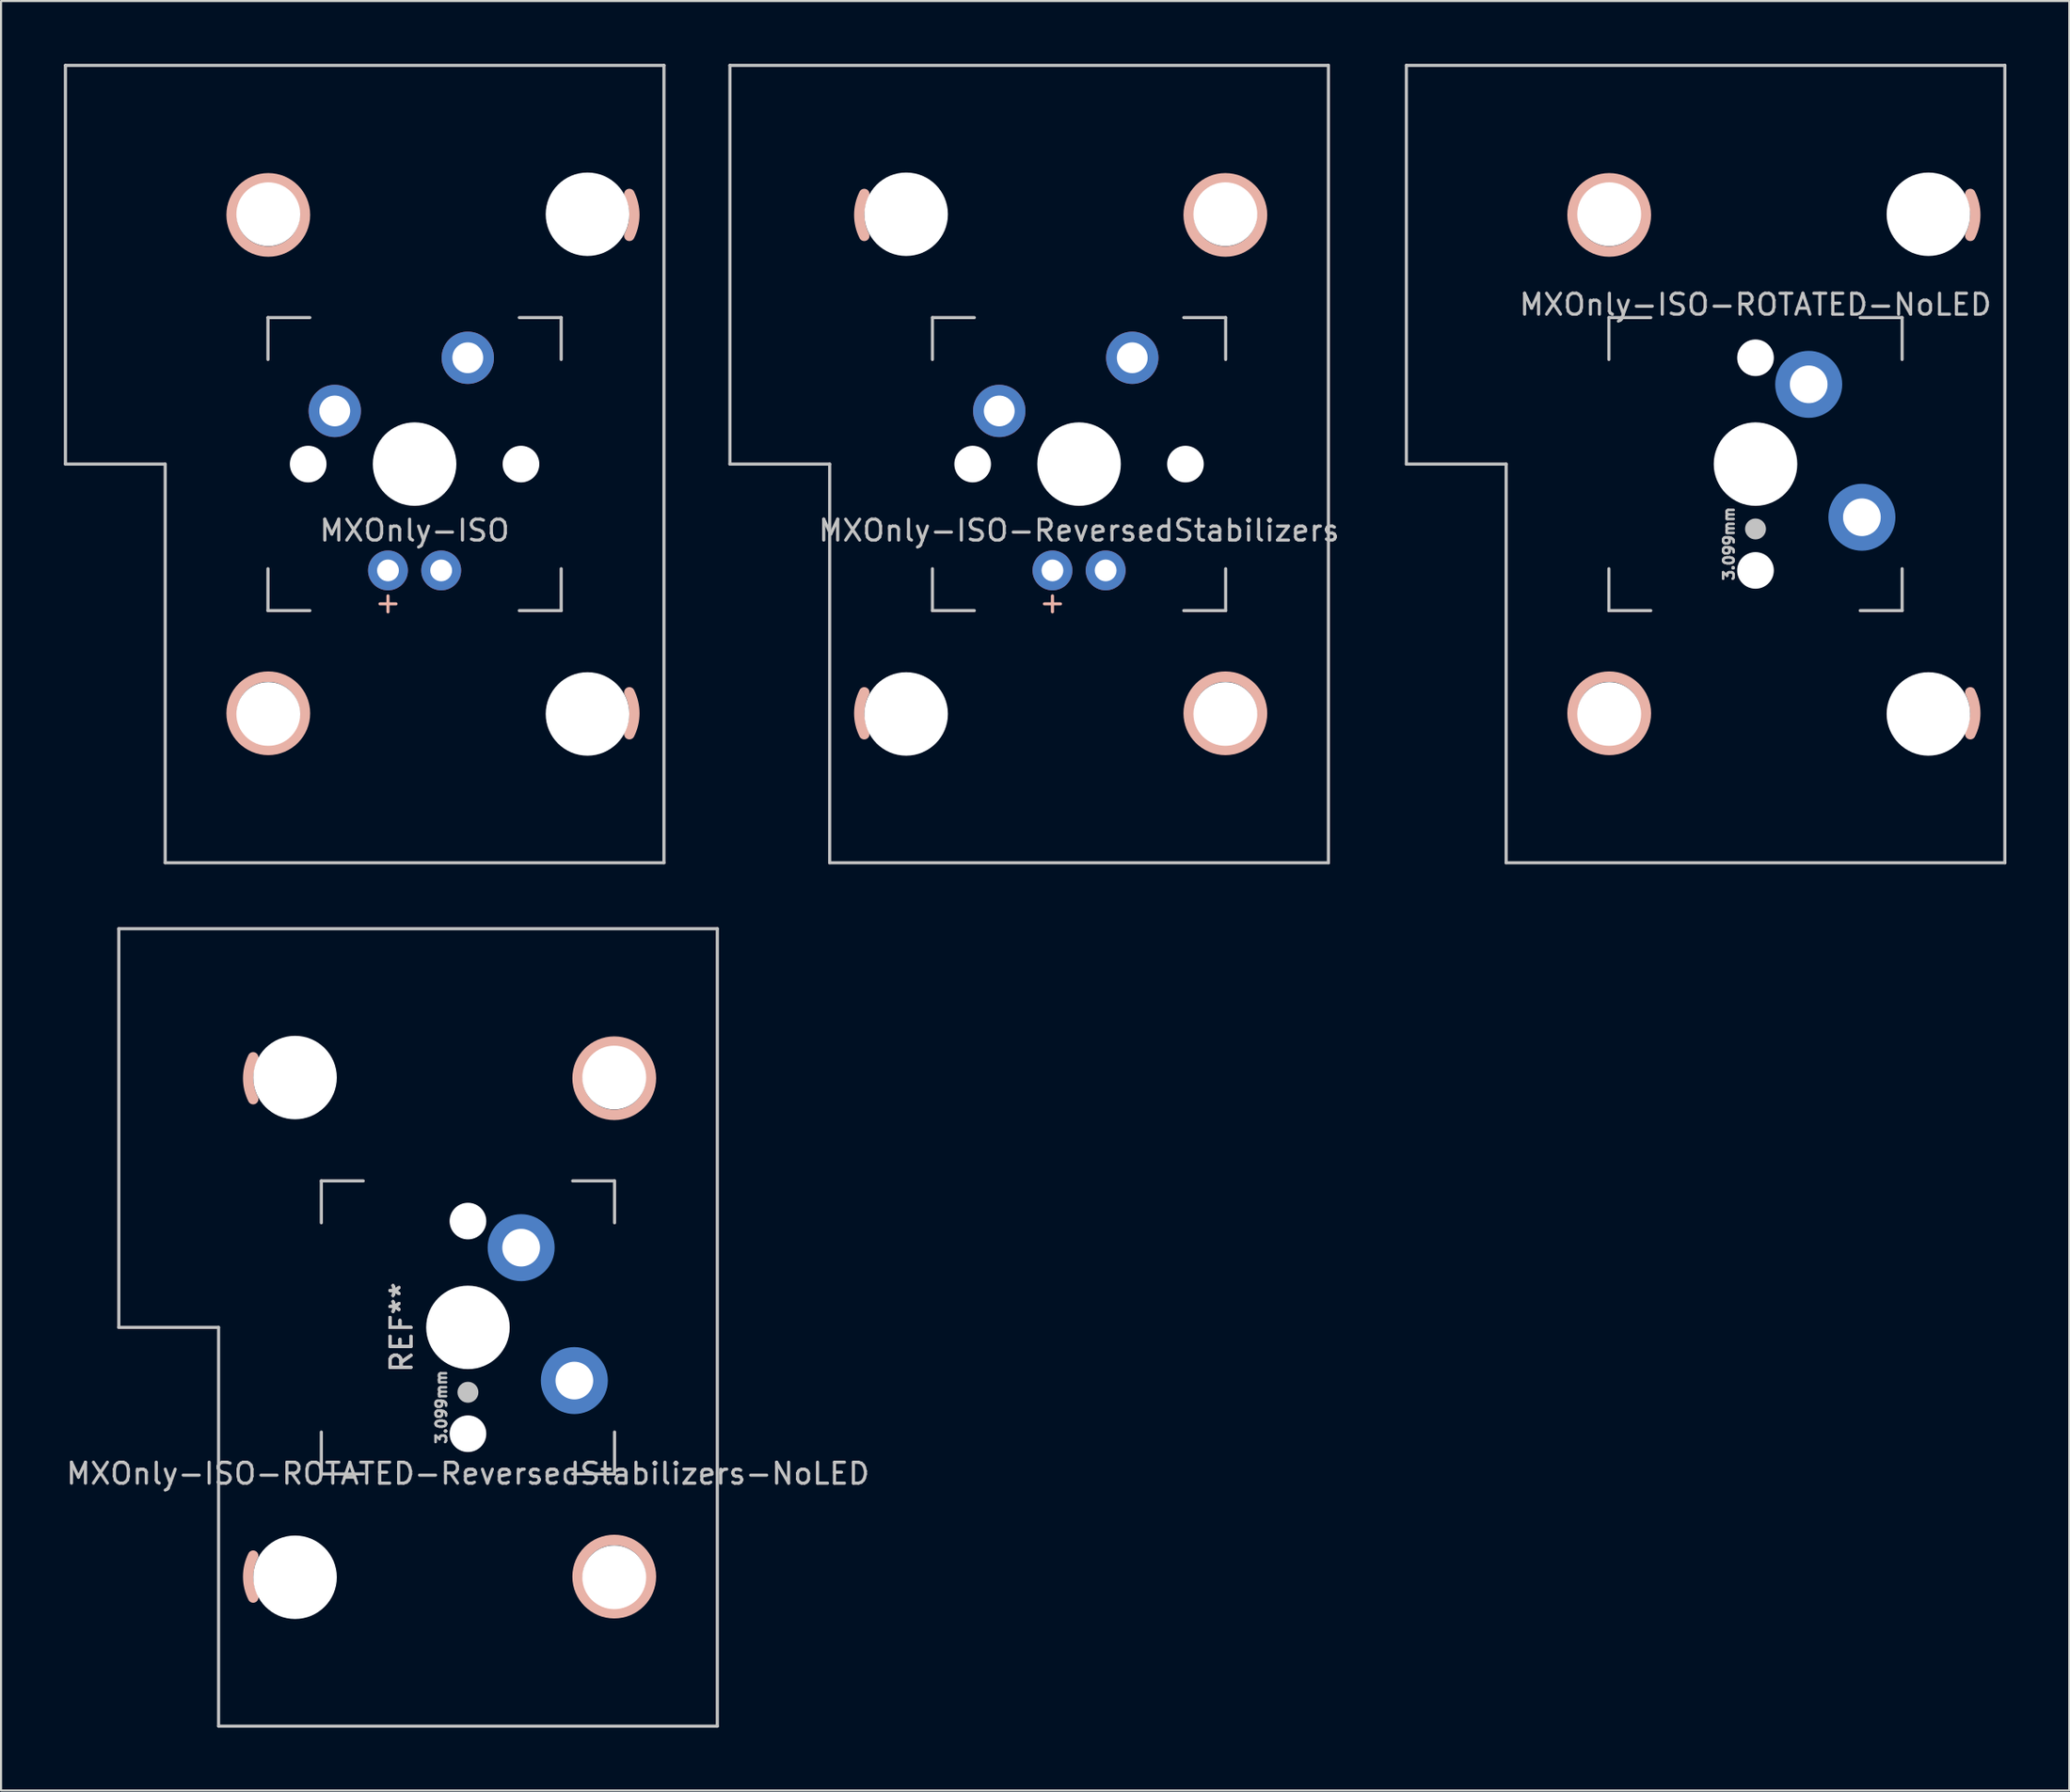
<source format=kicad_pcb>
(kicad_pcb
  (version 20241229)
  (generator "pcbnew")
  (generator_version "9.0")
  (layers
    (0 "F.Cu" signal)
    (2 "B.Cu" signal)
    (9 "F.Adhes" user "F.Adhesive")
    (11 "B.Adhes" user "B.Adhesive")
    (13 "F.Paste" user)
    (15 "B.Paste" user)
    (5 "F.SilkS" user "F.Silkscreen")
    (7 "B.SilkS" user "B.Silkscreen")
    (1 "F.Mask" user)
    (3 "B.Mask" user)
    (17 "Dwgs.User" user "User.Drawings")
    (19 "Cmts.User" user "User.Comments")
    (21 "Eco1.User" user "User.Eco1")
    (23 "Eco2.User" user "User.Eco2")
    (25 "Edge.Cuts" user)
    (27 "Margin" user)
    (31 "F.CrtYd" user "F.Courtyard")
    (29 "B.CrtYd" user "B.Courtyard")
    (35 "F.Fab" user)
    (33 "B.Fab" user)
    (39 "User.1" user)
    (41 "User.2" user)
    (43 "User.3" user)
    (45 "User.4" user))
  (footprint "MXOnly-ISO"
    (layer "F.Cu")
    (at 16.744 19.125)
    (property "Reference" "MXOnly-ISO" (at 0 3.175 0) (layer "Dwgs.User") (effects (font (size 1 1) (thickness 0.15))))
    (attr through_hole)
    (fp_arc (start 10.255 -12.90625) (mid 10.491068 -11.906837) (end 10.255525 -10.907301) (stroke (width 0.5) (type solid)) (layer "B.SilkS"))
    (fp_arc (start 10.255 10.90625) (mid 10.491068 11.905663) (end 10.255525 12.905199) (stroke (width 0.5) (type solid)) (layer "B.SilkS"))
    (fp_circle (center -6.985 -11.906) (end -6.985 -13.656) (stroke (width 0.5) (type solid)) (fill no) (layer "B.SilkS"))
    (fp_circle (center -6.985 11.906) (end -6.985 10.156) (stroke (width 0.5) (type solid)) (fill no) (layer "B.SilkS"))
    (fp_line (start -16.669 -19.05) (end -16.669 0) (stroke (width 0.15) (type solid)) (layer "Dwgs.User"))
    (fp_line (start -16.669 -19.05) (end 11.906 -19.05) (stroke (width 0.15) (type solid)) (layer "Dwgs.User"))
    (fp_line (start -11.906 0) (end -16.669 0) (stroke (width 0.15) (type solid)) (layer "Dwgs.User"))
    (fp_line (start -11.906 19.05) (end -11.906 0) (stroke (width 0.15) (type solid)) (layer "Dwgs.User"))
    (fp_line (start -11.906 19.05) (end 11.906 19.05) (stroke (width 0.15) (type solid)) (layer "Dwgs.User"))
    (fp_line (start -7 -7) (end -7 -5) (stroke (width 0.15) (type solid)) (layer "Dwgs.User"))
    (fp_line (start -7 5) (end -7 7) (stroke (width 0.15) (type solid)) (layer "Dwgs.User"))
    (fp_line (start -7 7) (end -5 7) (stroke (width 0.15) (type solid)) (layer "Dwgs.User"))
    (fp_line (start -5 -7) (end -7 -7) (stroke (width 0.15) (type solid)) (layer "Dwgs.User"))
    (fp_line (start 5 -7) (end 7 -7) (stroke (width 0.15) (type solid)) (layer "Dwgs.User"))
    (fp_line (start 5 7) (end 7 7) (stroke (width 0.15) (type solid)) (layer "Dwgs.User"))
    (fp_line (start 7 -7) (end 7 -5) (stroke (width 0.15) (type solid)) (layer "Dwgs.User"))
    (fp_line (start 7 7) (end 7 5) (stroke (width 0.15) (type solid)) (layer "Dwgs.User"))
    (fp_line (start 11.906 -19.05) (end 11.906 19.05) (stroke (width 0.15) (type solid)) (layer "Dwgs.User"))
    (fp_text user "+" (at -1.27 6.604 0) (layer "B.SilkS") (effects (font (size 1 1) (thickness 0.15))))
    (pad "" np_thru_hole circle (at -6.985 -11.938) (size 3.048 3.048) (drill 3.048) (layers "*.Cu" "*.Mask"))
    (pad "" np_thru_hole circle (at -6.985 11.938) (size 3.048 3.048) (drill 3.048) (layers "*.Cu" "*.Mask"))
    (pad "" np_thru_hole circle (at -5.08 0 48.1) (size 1.75 1.75) (drill 1.75) (layers "*.Cu" "*.Mask"))
    (pad "" np_thru_hole circle (at 0 0) (size 3.988 3.988) (drill 3.988) (layers "*.Cu" "*.Mask"))
    (pad "" np_thru_hole circle (at 5.08 0 48.1) (size 1.75 1.75) (drill 1.75) (layers "*.Cu" "*.Mask"))
    (pad "" np_thru_hole circle (at 8.255 -11.938) (size 3.988 3.988) (drill 3.988) (layers "*.Cu" "*.Mask"))
    (pad "" np_thru_hole circle (at 8.255 11.938) (size 3.988 3.988) (drill 3.988) (layers "*.Cu" "*.Mask"))
    (pad "1" thru_hole circle (at -3.81 -2.54) (size 2.5 2.5) (drill 1.47) (layers "*.Cu" "*.Mask"))
    (pad "2" thru_hole circle (at 2.54 -5.08) (size 2.5 2.5) (drill 1.47) (layers "*.Cu" "*.Mask"))
    (pad "3" thru_hole circle (at -1.27 5.08) (size 1.905 1.905) (drill 1.04) (layers "*.Cu" "*.Mask"))
    (pad "4" thru_hole circle (at 1.27 5.08) (size 1.905 1.905) (drill 1.04) (layers "*.Cu" "*.Mask")))
  (footprint "MXOnly-ISO-ReversedStabilizers"
    (layer "F.Cu")
    (at 48.469 19.125)
    (property "Reference" "MXOnly-ISO-ReversedStabilizers" (at 0 3.175 0) (layer "Dwgs.User") (effects (font (size 1 1) (thickness 0.15))))
    (attr through_hole)
    (fp_arc (start -10.255 -10.90625) (mid -10.491068 -11.905663) (end -10.255525 -12.905199) (stroke (width 0.5) (type solid)) (layer "B.SilkS"))
    (fp_arc (start -10.255 12.90625) (mid -10.491068 11.906837) (end -10.255525 10.907301) (stroke (width 0.5) (type solid)) (layer "B.SilkS"))
    (fp_circle (center 6.985 -11.906) (end 6.985 -10.156) (stroke (width 0.5) (type solid)) (fill no) (layer "B.SilkS"))
    (fp_circle (center 6.985 11.906) (end 6.985 13.656) (stroke (width 0.5) (type solid)) (fill no) (layer "B.SilkS"))
    (fp_line (start -16.669 -19.05) (end -16.669 0) (stroke (width 0.15) (type solid)) (layer "Dwgs.User"))
    (fp_line (start -16.669 -19.05) (end 11.906 -19.05) (stroke (width 0.15) (type solid)) (layer "Dwgs.User"))
    (fp_line (start -11.906 0) (end -16.669 0) (stroke (width 0.15) (type solid)) (layer "Dwgs.User"))
    (fp_line (start -11.906 19.05) (end -11.906 0) (stroke (width 0.15) (type solid)) (layer "Dwgs.User"))
    (fp_line (start -11.906 19.05) (end 11.906 19.05) (stroke (width 0.15) (type solid)) (layer "Dwgs.User"))
    (fp_line (start -7 -7) (end -7 -5) (stroke (width 0.15) (type solid)) (layer "Dwgs.User"))
    (fp_line (start -7 5) (end -7 7) (stroke (width 0.15) (type solid)) (layer "Dwgs.User"))
    (fp_line (start -7 7) (end -5 7) (stroke (width 0.15) (type solid)) (layer "Dwgs.User"))
    (fp_line (start -5 -7) (end -7 -7) (stroke (width 0.15) (type solid)) (layer "Dwgs.User"))
    (fp_line (start 5 -7) (end 7 -7) (stroke (width 0.15) (type solid)) (layer "Dwgs.User"))
    (fp_line (start 5 7) (end 7 7) (stroke (width 0.15) (type solid)) (layer "Dwgs.User"))
    (fp_line (start 7 -7) (end 7 -5) (stroke (width 0.15) (type solid)) (layer "Dwgs.User"))
    (fp_line (start 7 7) (end 7 5) (stroke (width 0.15) (type solid)) (layer "Dwgs.User"))
    (fp_line (start 11.906 -19.05) (end 11.906 19.05) (stroke (width 0.15) (type solid)) (layer "Dwgs.User"))
    (fp_text user "+" (at -1.27 6.604 0) (layer "B.SilkS") (effects (font (size 1 1) (thickness 0.15))))
    (pad "" np_thru_hole circle (at -8.255 -11.938) (size 3.988 3.988) (drill 3.988) (layers "*.Cu" "*.Mask"))
    (pad "" np_thru_hole circle (at -8.255 11.938) (size 3.988 3.988) (drill 3.988) (layers "*.Cu" "*.Mask"))
    (pad "" np_thru_hole circle (at -5.08 0 48.1) (size 1.75 1.75) (drill 1.75) (layers "*.Cu" "*.Mask"))
    (pad "" np_thru_hole circle (at 0 0) (size 3.988 3.988) (drill 3.988) (layers "*.Cu" "*.Mask"))
    (pad "" np_thru_hole circle (at 5.08 0 48.1) (size 1.75 1.75) (drill 1.75) (layers "*.Cu" "*.Mask"))
    (pad "" np_thru_hole circle (at 6.985 -11.938) (size 3.048 3.048) (drill 3.048) (layers "*.Cu" "*.Mask"))
    (pad "" np_thru_hole circle (at 6.985 11.938) (size 3.048 3.048) (drill 3.048) (layers "*.Cu" "*.Mask"))
    (pad "1" thru_hole circle (at -3.81 -2.54) (size 2.5 2.5) (drill 1.47) (layers "*.Cu" "*.Mask"))
    (pad "2" thru_hole circle (at 2.54 -5.08) (size 2.5 2.5) (drill 1.47) (layers "*.Cu" "*.Mask"))
    (pad "3" thru_hole circle (at -1.27 5.08) (size 1.905 1.905) (drill 1.04) (layers "*.Cu" "*.Mask"))
    (pad "4" thru_hole circle (at 1.27 5.08) (size 1.905 1.905) (drill 1.04) (layers "*.Cu" "*.Mask")))
  (footprint "MXOnly-ISO-ROTATED-ReversedStabilizers-NoLED"
    (layer "F.Cu")
    (at 19.292 60.375)
    (property "Reference" "MXOnly-ISO-ROTATED-ReversedStabilizers-NoLED" (at 0 6.985 0) (layer "Dwgs.User") (effects (font (size 1 1) (thickness 0.15))))
    (attr through_hole)
    (fp_arc (start -10.255 -10.90625) (mid -10.491068 -11.905663) (end -10.255525 -12.905199) (stroke (width 0.5) (type solid)) (layer "B.SilkS"))
    (fp_arc (start -10.255 12.90625) (mid -10.491068 11.906837) (end -10.255525 10.907301) (stroke (width 0.5) (type solid)) (layer "B.SilkS"))
    (fp_circle (center 6.985 -11.906) (end 6.985 -10.156) (stroke (width 0.5) (type solid)) (fill no) (layer "B.SilkS"))
    (fp_circle (center 6.985 11.906) (end 6.985 13.656) (stroke (width 0.5) (type solid)) (fill no) (layer "B.SilkS"))
    (fp_line (start -16.669 -19.05) (end -16.669 0) (stroke (width 0.15) (type solid)) (layer "Dwgs.User"))
    (fp_line (start -16.669 -19.05) (end 11.906 -19.05) (stroke (width 0.15) (type solid)) (layer "Dwgs.User"))
    (fp_line (start -11.906 0) (end -16.669 0) (stroke (width 0.15) (type solid)) (layer "Dwgs.User"))
    (fp_line (start -11.906 19.05) (end -11.906 0) (stroke (width 0.15) (type solid)) (layer "Dwgs.User"))
    (fp_line (start -11.906 19.05) (end 11.906 19.05) (stroke (width 0.15) (type solid)) (layer "Dwgs.User"))
    (fp_line (start -7 -7) (end -7 -5) (stroke (width 0.15) (type solid)) (layer "Dwgs.User"))
    (fp_line (start -7 5) (end -7 7) (stroke (width 0.15) (type solid)) (layer "Dwgs.User"))
    (fp_line (start -7 7) (end -5 7) (stroke (width 0.15) (type solid)) (layer "Dwgs.User"))
    (fp_line (start -5 -7) (end -7 -7) (stroke (width 0.15) (type solid)) (layer "Dwgs.User"))
    (fp_line (start 7 -7) (end 5 -7) (stroke (width 0.15) (type solid)) (layer "Dwgs.User"))
    (fp_line (start 7 -5) (end 7 -7) (stroke (width 0.15) (type solid)) (layer "Dwgs.User"))
    (fp_line (start 7 5) (end 7 7) (stroke (width 0.15) (type solid)) (layer "Dwgs.User"))
    (fp_line (start 7 7) (end 5 7) (stroke (width 0.15) (type solid)) (layer "Dwgs.User"))
    (fp_line (start 11.906 -19.05) (end 11.906 19.05) (stroke (width 0.15) (type solid)) (layer "Dwgs.User"))
    (fp_text user "REF**" (at -3.175 0 270) (layer "Dwgs.User") (effects (font (size 1 1) (thickness 0.15))))
    (fp_text user "REF**" (at -3.175 0 270) (layer "Dwgs.User") (effects (font (size 1 1) (thickness 0.15))))
    (fp_text user "REF**" (at -3.175 0 270) (layer "Dwgs.User") (effects (font (size 1 1) (thickness 0.15))))
    (fp_text user "3.099mm" (at -1.27 3.81 270) (layer "Dwgs.User") (effects (font (size 0.5 0.5) (thickness 0.125))))
    (pad "" np_thru_hole circle (at -8.255 -11.938) (size 3.988 3.988) (drill 3.988) (layers "*.Cu" "*.Mask"))
    (pad "" np_thru_hole circle (at -8.255 11.938) (size 3.988 3.988) (drill 3.988) (layers "*.Cu" "*.Mask"))
    (pad "" np_thru_hole circle (at 0 -5.08 318.1) (size 1.75 1.75) (drill 1.75) (layers "*.Cu" "*.Mask"))
    (pad "" np_thru_hole circle (at 0 0 270) (size 3.988 3.988) (drill 3.988) (layers "*.Cu" "*.Mask"))
    (pad "" smd circle (at 0 3.099 270) (size 1 1) (layers "Dwgs.User"))
    (pad "" np_thru_hole circle (at 0 5.08 318.1) (size 1.75 1.75) (drill 1.75) (layers "*.Cu" "*.Mask"))
    (pad "" smd circle (at 2.54 -3.81 270) (size 2.8 2.8) (layers "B.Mask"))
    (pad "" smd circle (at 5.08 2.54 270) (size 2.8 2.8) (layers "B.Mask"))
    (pad "" np_thru_hole circle (at 6.985 -11.938) (size 3.048 3.048) (drill 3.048) (layers "*.Cu" "*.Mask"))
    (pad "" np_thru_hole circle (at 6.985 11.938) (size 3.048 3.048) (drill 3.048) (layers "*.Cu" "*.Mask"))
    (pad "1" thru_hole circle (at 2.54 -3.81 270) (size 2.4 2.4) (drill 1.8) (layers "*.Cu"))
    (pad "1" smd circle (at 2.54 -3.81 270) (size 3.2 3.2) (layers "B.Cu"))
    (pad "2" thru_hole circle (at 5.08 2.54 270) (size 2.4 2.4) (drill 1.8) (layers "*.Cu"))
    (pad "2" smd circle (at 5.08 2.54 270) (size 3.2 3.2) (layers "B.Cu")))
  (footprint "MXOnly-ISO-ROTATED-NoLED"
    (layer "F.Cu")
    (at 80.766 19.125)
    (property "Reference" "MXOnly-ISO-ROTATED-NoLED" (at 0 -7.62 180) (layer "Dwgs.User") (effects (font (size 1 1) (thickness 0.15))))
    (attr through_hole)
    (fp_arc (start 10.255 -12.90625) (mid 10.491068 -11.906837) (end 10.255525 -10.907301) (stroke (width 0.5) (type solid)) (layer "B.SilkS"))
    (fp_arc (start 10.255 10.90625) (mid 10.491068 11.905663) (end 10.255525 12.905199) (stroke (width 0.5) (type solid)) (layer "B.SilkS"))
    (fp_circle (center -6.985 -11.906) (end -6.985 -13.656) (stroke (width 0.5) (type solid)) (fill no) (layer "B.SilkS"))
    (fp_circle (center -6.985 11.906) (end -6.985 10.156) (stroke (width 0.5) (type solid)) (fill no) (layer "B.SilkS"))
    (fp_line (start -16.669 -19.05) (end -16.669 0) (stroke (width 0.15) (type solid)) (layer "Dwgs.User"))
    (fp_line (start -16.669 -19.05) (end 11.906 -19.05) (stroke (width 0.15) (type solid)) (layer "Dwgs.User"))
    (fp_line (start -11.906 0) (end -16.669 0) (stroke (width 0.15) (type solid)) (layer "Dwgs.User"))
    (fp_line (start -11.906 19.05) (end -11.906 0) (stroke (width 0.15) (type solid)) (layer "Dwgs.User"))
    (fp_line (start -11.906 19.05) (end 11.906 19.05) (stroke (width 0.15) (type solid)) (layer "Dwgs.User"))
    (fp_line (start -7 -7) (end -7 -5) (stroke (width 0.15) (type solid)) (layer "Dwgs.User"))
    (fp_line (start -7 5) (end -7 7) (stroke (width 0.15) (type solid)) (layer "Dwgs.User"))
    (fp_line (start -7 7) (end -5 7) (stroke (width 0.15) (type solid)) (layer "Dwgs.User"))
    (fp_line (start -5 -7) (end -7 -7) (stroke (width 0.15) (type solid)) (layer "Dwgs.User"))
    (fp_line (start 7 -7) (end 5 -7) (stroke (width 0.15) (type solid)) (layer "Dwgs.User"))
    (fp_line (start 7 -5) (end 7 -7) (stroke (width 0.15) (type solid)) (layer "Dwgs.User"))
    (fp_line (start 7 5) (end 7 7) (stroke (width 0.15) (type solid)) (layer "Dwgs.User"))
    (fp_line (start 7 7) (end 5 7) (stroke (width 0.15) (type solid)) (layer "Dwgs.User"))
    (fp_line (start 11.906 -19.05) (end 11.906 19.05) (stroke (width 0.15) (type solid)) (layer "Dwgs.User"))
    (fp_text user "3.099mm" (at -1.27 3.81 270) (layer "Dwgs.User") (effects (font (size 0.5 0.5) (thickness 0.125))))
    (pad "" np_thru_hole circle (at -6.985 -11.938 180) (size 3.048 3.048) (drill 3.048) (layers "*.Cu" "*.Mask"))
    (pad "" np_thru_hole circle (at -6.985 11.938 180) (size 3.048 3.048) (drill 3.048) (layers "*.Cu" "*.Mask"))
    (pad "" np_thru_hole circle (at 0 -5.08 318.1) (size 1.75 1.75) (drill 1.75) (layers "*.Cu" "*.Mask"))
    (pad "" np_thru_hole circle (at 0 0 270) (size 3.988 3.988) (drill 3.988) (layers "*.Cu" "*.Mask"))
    (pad "" smd circle (at 0 3.099 270) (size 1 1) (layers "Dwgs.User"))
    (pad "" np_thru_hole circle (at 0 5.08 318.1) (size 1.75 1.75) (drill 1.75) (layers "*.Cu" "*.Mask"))
    (pad "" smd circle (at 2.54 -3.81 270) (size 2.8 2.8) (layers "B.Mask"))
    (pad "" smd circle (at 5.08 2.54 270) (size 2.8 2.8) (layers "B.Mask"))
    (pad "" np_thru_hole circle (at 8.255 -11.938 180) (size 3.988 3.988) (drill 3.988) (layers "*.Cu" "*.Mask"))
    (pad "" np_thru_hole circle (at 8.255 11.938 180) (size 3.988 3.988) (drill 3.988) (layers "*.Cu" "*.Mask"))
    (pad "1" thru_hole circle (at 2.54 -3.81 270) (size 2.4 2.4) (drill 1.8) (layers "*.Cu"))
    (pad "1" smd circle (at 2.54 -3.81 270) (size 3.2 3.2) (layers "B.Cu"))
    (pad "2" thru_hole circle (at 5.08 2.54 270) (size 2.4 2.4) (drill 1.8) (layers "*.Cu"))
    (pad "2" smd circle (at 5.08 2.54 270) (size 3.2 3.2) (layers "B.Cu")))
  (gr_rect
    (start -3 -3)
    (end 95.747 82.5)
    (stroke (width 0.1) (type default))
    (fill no)
    (layer "Edge.Cuts")))
</source>
